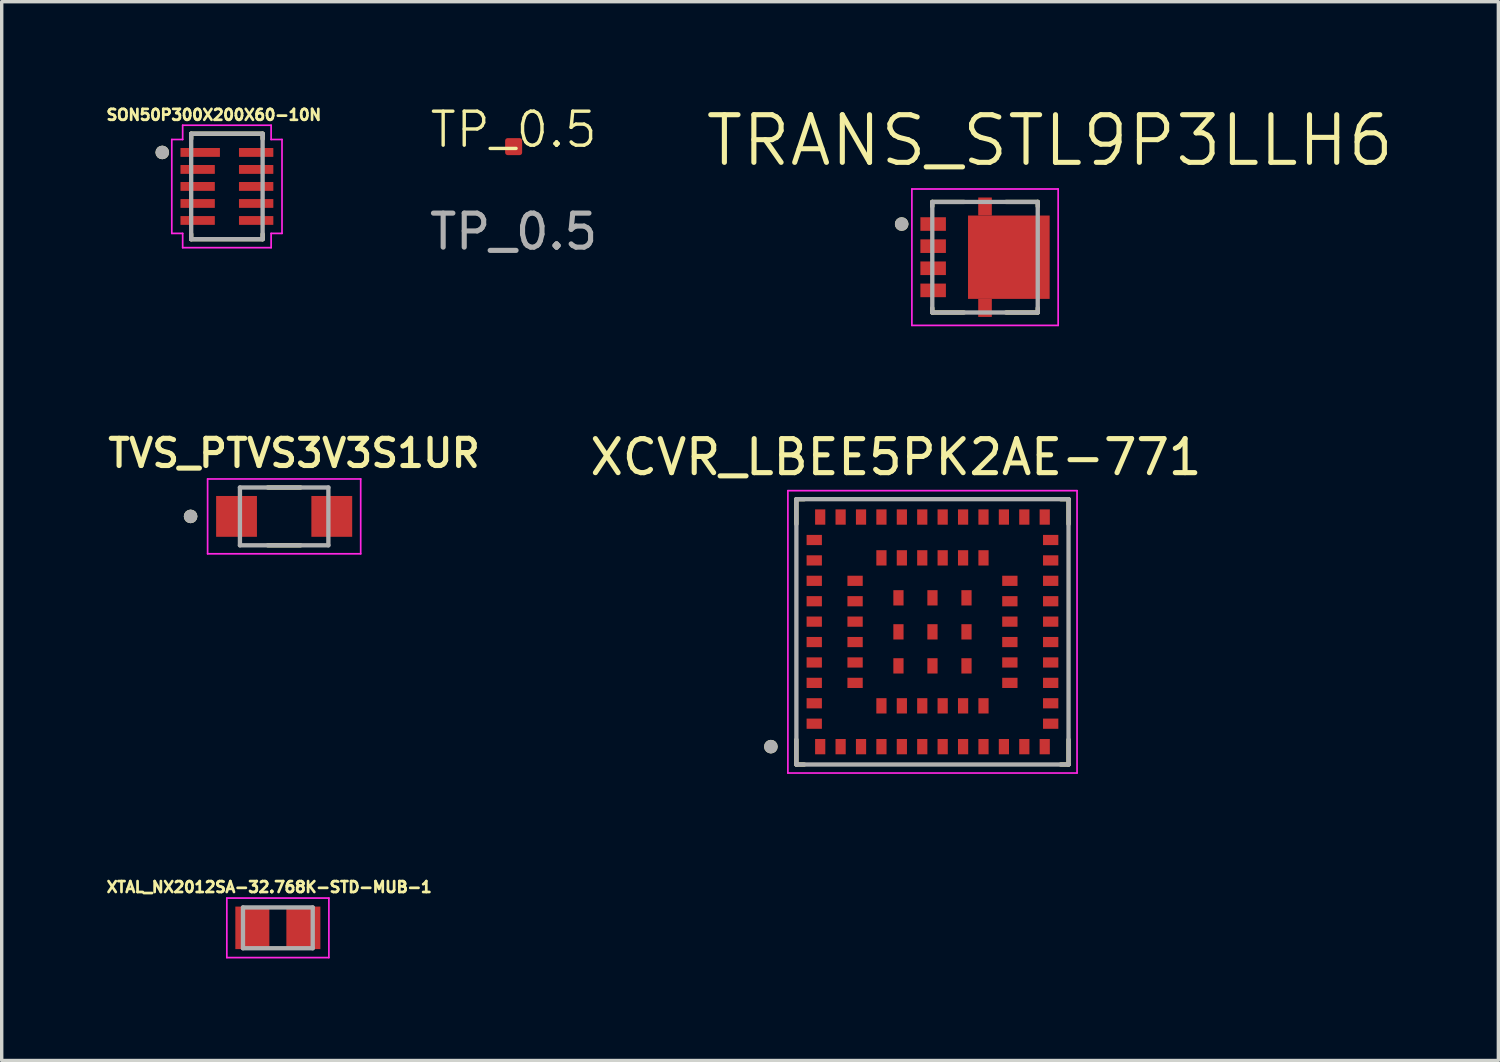
<source format=kicad_pcb>
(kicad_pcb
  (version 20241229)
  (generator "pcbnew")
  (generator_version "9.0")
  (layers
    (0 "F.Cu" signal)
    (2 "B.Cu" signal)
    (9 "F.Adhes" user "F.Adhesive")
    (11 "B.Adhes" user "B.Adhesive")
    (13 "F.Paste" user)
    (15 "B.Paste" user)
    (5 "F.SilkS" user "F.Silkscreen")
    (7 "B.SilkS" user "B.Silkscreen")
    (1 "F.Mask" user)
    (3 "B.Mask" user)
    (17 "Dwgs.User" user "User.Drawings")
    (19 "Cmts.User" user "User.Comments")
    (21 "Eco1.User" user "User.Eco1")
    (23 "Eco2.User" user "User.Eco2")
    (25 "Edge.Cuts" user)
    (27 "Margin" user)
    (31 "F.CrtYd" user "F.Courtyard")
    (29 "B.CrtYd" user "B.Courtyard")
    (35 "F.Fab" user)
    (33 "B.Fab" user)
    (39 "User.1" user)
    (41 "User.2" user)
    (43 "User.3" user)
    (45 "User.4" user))
  (footprint "XTAL_NX2012SA-32.768K-STD-MUB-1"
    (layer "F.Cu")
    (at 5.118 24.225)
    (property "Reference" "XTAL_NX2012SA-32.768K-STD-MUB-1" (at -0.254 -1.198 0) (layer "F.SilkS") (effects (font (size 0.32 0.32) (thickness 0.15))))
    (attr smd)
    (fp_line (start -1.5 -0.875) (end -1.5 0.875) (stroke (width 0.05) (type solid)) (layer "F.CrtYd"))
    (fp_line (start -1.5 0.875) (end 1.5 0.875) (stroke (width 0.05) (type solid)) (layer "F.CrtYd"))
    (fp_line (start 1.5 -0.875) (end -1.5 -0.875) (stroke (width 0.05) (type solid)) (layer "F.CrtYd"))
    (fp_line (start 1.5 0.875) (end 1.5 -0.875) (stroke (width 0.05) (type solid)) (layer "F.CrtYd"))
    (fp_line (start -1.025 -0.6) (end -1.025 0.6) (stroke (width 0.127) (type solid)) (layer "F.Fab"))
    (fp_line (start -1.025 0.6) (end 1.025 0.6) (stroke (width 0.127) (type solid)) (layer "F.Fab"))
    (fp_line (start 1.025 -0.6) (end -1.025 -0.6) (stroke (width 0.127) (type solid)) (layer "F.Fab"))
    (fp_line (start 1.025 0.6) (end 1.025 -0.6) (stroke (width 0.127) (type solid)) (layer "F.Fab"))
    (pad "1" smd rect (at -0.75 0) (size 1 1.25) (layers "F.Cu" "F.Mask" "F.Paste"))
    (pad "2" smd rect (at 0.75 0) (size 1 1.25) (layers "F.Cu" "F.Mask" "F.Paste")))
  (footprint "SON50P300X200X60-10N"
    (layer "F.Cu")
    (at 3.62 2.431)
    (property "Reference" "SON50P300X200X60-10N" (at -0.384 -2.104 0) (layer "F.SilkS") (effects (font (size 0.32 0.32) (thickness 0.15))))
    (attr smd)
    (fp_line (start -1.05 -1.55) (end 1.05 -1.55) (stroke (width 0.127) (type solid)) (layer "F.SilkS"))
    (fp_line (start -1.05 -1.4) (end -1.05 -1.55) (stroke (width 0.127) (type solid)) (layer "F.SilkS"))
    (fp_line (start -1.05 1.4) (end -1.05 1.55) (stroke (width 0.127) (type solid)) (layer "F.SilkS"))
    (fp_line (start -1.05 1.55) (end 1.05 1.55) (stroke (width 0.127) (type solid)) (layer "F.SilkS"))
    (fp_line (start 1.05 -1.55) (end 1.05 -1.4) (stroke (width 0.127) (type solid)) (layer "F.SilkS"))
    (fp_line (start 1.05 1.55) (end 1.05 1.4) (stroke (width 0.127) (type solid)) (layer "F.SilkS"))
    (fp_circle (center -1.9 -1) (end -1.8 -1) (stroke (width 0.2) (type solid)) (fill no) (layer "F.SilkS"))
    (fp_line (start -1.62 -1.38) (end -1.3 -1.38) (stroke (width 0.05) (type solid)) (layer "F.CrtYd"))
    (fp_line (start -1.62 1.38) (end -1.62 -1.38) (stroke (width 0.05) (type solid)) (layer "F.CrtYd"))
    (fp_line (start -1.3 -1.8) (end 1.3 -1.8) (stroke (width 0.05) (type solid)) (layer "F.CrtYd"))
    (fp_line (start -1.3 -1.38) (end -1.3 -1.8) (stroke (width 0.05) (type solid)) (layer "F.CrtYd"))
    (fp_line (start -1.3 1.38) (end -1.62 1.38) (stroke (width 0.05) (type solid)) (layer "F.CrtYd"))
    (fp_line (start -1.3 1.8) (end -1.3 1.38) (stroke (width 0.05) (type solid)) (layer "F.CrtYd"))
    (fp_line (start 1.3 -1.8) (end 1.3 -1.38) (stroke (width 0.05) (type solid)) (layer "F.CrtYd"))
    (fp_line (start 1.3 -1.38) (end 1.62 -1.38) (stroke (width 0.05) (type solid)) (layer "F.CrtYd"))
    (fp_line (start 1.3 1.38) (end 1.3 1.8) (stroke (width 0.05) (type solid)) (layer "F.CrtYd"))
    (fp_line (start 1.3 1.8) (end -1.3 1.8) (stroke (width 0.05) (type solid)) (layer "F.CrtYd"))
    (fp_line (start 1.62 -1.38) (end 1.62 1.38) (stroke (width 0.05) (type solid)) (layer "F.CrtYd"))
    (fp_line (start 1.62 1.38) (end 1.3 1.38) (stroke (width 0.05) (type solid)) (layer "F.CrtYd"))
    (fp_line (start -1.05 -1.55) (end 1.05 -1.55) (stroke (width 0.127) (type solid)) (layer "F.Fab"))
    (fp_line (start -1.05 1.55) (end -1.05 -1.55) (stroke (width 0.127) (type solid)) (layer "F.Fab"))
    (fp_line (start 1.05 -1.55) (end 1.05 1.55) (stroke (width 0.127) (type solid)) (layer "F.Fab"))
    (fp_line (start 1.05 1.55) (end -1.05 1.55) (stroke (width 0.127) (type solid)) (layer "F.Fab"))
    (fp_circle (center -1.9 -1) (end -1.8 -1) (stroke (width 0.2) (type solid)) (fill no) (layer "F.Fab"))
    (pad "1" smd roundrect (at -0.785 -1) (size 1.16 0.26) (layers "F.Cu" "F.Mask" "F.Paste") (roundrect_rratio 0.035))
    (pad "2" smd roundrect (at -0.86 -0.5) (size 1.01 0.26) (layers "F.Cu" "F.Mask" "F.Paste") (roundrect_rratio 0.035))
    (pad "3" smd roundrect (at -0.86 0) (size 1.01 0.26) (layers "F.Cu" "F.Mask" "F.Paste") (roundrect_rratio 0.035))
    (pad "4" smd roundrect (at -0.86 0.5) (size 1.01 0.26) (layers "F.Cu" "F.Mask" "F.Paste") (roundrect_rratio 0.035))
    (pad "5" smd roundrect (at -0.86 1) (size 1.01 0.26) (layers "F.Cu" "F.Mask" "F.Paste") (roundrect_rratio 0.035))
    (pad "6" smd roundrect (at 0.86 1) (size 1.01 0.26) (layers "F.Cu" "F.Mask" "F.Paste") (roundrect_rratio 0.035))
    (pad "7" smd roundrect (at 0.86 0.5) (size 1.01 0.26) (layers "F.Cu" "F.Mask" "F.Paste") (roundrect_rratio 0.035))
    (pad "8" smd roundrect (at 0.86 0) (size 1.01 0.26) (layers "F.Cu" "F.Mask" "F.Paste") (roundrect_rratio 0.035))
    (pad "9" smd roundrect (at 0.86 -0.5) (size 1.01 0.26) (layers "F.Cu" "F.Mask" "F.Paste") (roundrect_rratio 0.035))
    (pad "10" smd roundrect (at 0.86 -1) (size 1.01 0.26) (layers "F.Cu" "F.Mask" "F.Paste") (roundrect_rratio 0.035)))
  (footprint "XCVR_LBEE5PK2AE-771"
    (layer "F.Cu")
    (at 24.361 15.524)
    (property "Reference" "XCVR_LBEE5PK2AE-771" (at -1.075 -5.135 0) (layer "F.SilkS") (effects (font (size 1 1) (thickness 0.15))))
    (attr smd)
    (fp_line (start -4 -3.9) (end -3.77 -3.9) (stroke (width 0.127) (type solid)) (layer "F.SilkS"))
    (fp_line (start -4 -3.17) (end -4 -3.9) (stroke (width 0.127) (type solid)) (layer "F.SilkS"))
    (fp_line (start -4 3.9) (end -4 3.17) (stroke (width 0.127) (type solid)) (layer "F.SilkS"))
    (fp_line (start -3.77 3.9) (end -4 3.9) (stroke (width 0.127) (type solid)) (layer "F.SilkS"))
    (fp_line (start 3.77 -3.9) (end 4 -3.9) (stroke (width 0.127) (type solid)) (layer "F.SilkS"))
    (fp_line (start 4 -3.9) (end 4 -3.17) (stroke (width 0.127) (type solid)) (layer "F.SilkS"))
    (fp_line (start 4 3.9) (end 3.77 3.9) (stroke (width 0.127) (type solid)) (layer "F.SilkS"))
    (fp_line (start 4 3.9) (end 4 3.17) (stroke (width 0.127) (type solid)) (layer "F.SilkS"))
    (fp_circle (center -4.75 3.375) (end -4.65 3.375) (stroke (width 0.2) (type solid)) (fill no) (layer "F.SilkS"))
    (fp_line (start -4.25 -4.15) (end -4.25 4.15) (stroke (width 0.05) (type solid)) (layer "F.CrtYd"))
    (fp_line (start -4.25 4.15) (end 4.25 4.15) (stroke (width 0.05) (type solid)) (layer "F.CrtYd"))
    (fp_line (start 4.25 -4.15) (end -4.25 -4.15) (stroke (width 0.05) (type solid)) (layer "F.CrtYd"))
    (fp_line (start 4.25 4.15) (end 4.25 -4.15) (stroke (width 0.05) (type solid)) (layer "F.CrtYd"))
    (fp_line (start -4 -3.9) (end 4 -3.9) (stroke (width 0.127) (type solid)) (layer "F.Fab"))
    (fp_line (start -4 3.9) (end -4 -3.9) (stroke (width 0.127) (type solid)) (layer "F.Fab"))
    (fp_line (start 4 -3.9) (end 4 3.9) (stroke (width 0.127) (type solid)) (layer "F.Fab"))
    (fp_line (start 4 3.9) (end -4 3.9) (stroke (width 0.127) (type solid)) (layer "F.Fab"))
    (fp_circle (center -4.75 3.375) (end -4.65 3.375) (stroke (width 0.2) (type solid)) (fill no) (layer "F.Fab"))
    (pad "1" smd rect (at -3.3 3.375) (size 0.3 0.45) (layers "F.Cu" "F.Mask" "F.Paste"))
    (pad "2" smd rect (at -2.7 3.375) (size 0.3 0.45) (layers "F.Cu" "F.Mask" "F.Paste"))
    (pad "3" smd rect (at -2.1 3.375) (size 0.3 0.45) (layers "F.Cu" "F.Mask" "F.Paste"))
    (pad "4" smd rect (at -1.5 3.375) (size 0.3 0.45) (layers "F.Cu" "F.Mask" "F.Paste"))
    (pad "5" smd rect (at -0.9 3.375) (size 0.3 0.45) (layers "F.Cu" "F.Mask" "F.Paste"))
    (pad "6" smd rect (at -0.3 3.375) (size 0.3 0.45) (layers "F.Cu" "F.Mask" "F.Paste"))
    (pad "7" smd rect (at 0.3 3.375) (size 0.3 0.45) (layers "F.Cu" "F.Mask" "F.Paste"))
    (pad "8" smd rect (at 0.9 3.375) (size 0.3 0.45) (layers "F.Cu" "F.Mask" "F.Paste"))
    (pad "9" smd rect (at 1.5 3.375) (size 0.3 0.45) (layers "F.Cu" "F.Mask" "F.Paste"))
    (pad "10" smd rect (at 2.1 3.375) (size 0.3 0.45) (layers "F.Cu" "F.Mask" "F.Paste"))
    (pad "11" smd rect (at 2.7 3.375) (size 0.3 0.45) (layers "F.Cu" "F.Mask" "F.Paste"))
    (pad "12" smd rect (at 3.3 3.375) (size 0.3 0.45) (layers "F.Cu" "F.Mask" "F.Paste"))
    (pad "13" smd rect (at 3.475 2.7) (size 0.45 0.3) (layers "F.Cu" "F.Mask" "F.Paste"))
    (pad "14" smd rect (at 3.475 2.1) (size 0.45 0.3) (layers "F.Cu" "F.Mask" "F.Paste"))
    (pad "15" smd rect (at 3.475 1.5) (size 0.45 0.3) (layers "F.Cu" "F.Mask" "F.Paste"))
    (pad "16" smd rect (at 3.475 0.9) (size 0.45 0.3) (layers "F.Cu" "F.Mask" "F.Paste"))
    (pad "17" smd rect (at 3.475 0.3) (size 0.45 0.3) (layers "F.Cu" "F.Mask" "F.Paste"))
    (pad "18" smd rect (at 3.475 -0.3) (size 0.45 0.3) (layers "F.Cu" "F.Mask" "F.Paste"))
    (pad "19" smd rect (at 3.475 -0.9) (size 0.45 0.3) (layers "F.Cu" "F.Mask" "F.Paste"))
    (pad "20" smd rect (at 3.475 -1.5) (size 0.45 0.3) (layers "F.Cu" "F.Mask" "F.Paste"))
    (pad "21" smd rect (at 3.475 -2.1) (size 0.45 0.3) (layers "F.Cu" "F.Mask" "F.Paste"))
    (pad "22" smd rect (at 3.475 -2.7) (size 0.45 0.3) (layers "F.Cu" "F.Mask" "F.Paste"))
    (pad "23" smd rect (at 3.3 -3.375) (size 0.3 0.45) (layers "F.Cu" "F.Mask" "F.Paste"))
    (pad "24" smd rect (at 2.7 -3.375) (size 0.3 0.45) (layers "F.Cu" "F.Mask" "F.Paste"))
    (pad "25" smd rect (at 2.1 -3.375) (size 0.3 0.45) (layers "F.Cu" "F.Mask" "F.Paste"))
    (pad "26" smd rect (at 1.5 -3.375) (size 0.3 0.45) (layers "F.Cu" "F.Mask" "F.Paste"))
    (pad "27" smd rect (at 0.9 -3.375) (size 0.3 0.45) (layers "F.Cu" "F.Mask" "F.Paste"))
    (pad "28" smd rect (at 0.3 -3.375) (size 0.3 0.45) (layers "F.Cu" "F.Mask" "F.Paste"))
    (pad "29" smd rect (at -0.3 -3.375) (size 0.3 0.45) (layers "F.Cu" "F.Mask" "F.Paste"))
    (pad "30" smd rect (at -0.9 -3.375) (size 0.3 0.45) (layers "F.Cu" "F.Mask" "F.Paste"))
    (pad "31" smd rect (at -1.5 -3.375) (size 0.3 0.45) (layers "F.Cu" "F.Mask" "F.Paste"))
    (pad "32" smd rect (at -2.1 -3.375) (size 0.3 0.45) (layers "F.Cu" "F.Mask" "F.Paste"))
    (pad "33" smd rect (at -2.7 -3.375) (size 0.3 0.45) (layers "F.Cu" "F.Mask" "F.Paste"))
    (pad "34" smd rect (at -3.3 -3.375) (size 0.3 0.45) (layers "F.Cu" "F.Mask" "F.Paste"))
    (pad "35" smd rect (at -3.475 -2.7) (size 0.45 0.3) (layers "F.Cu" "F.Mask" "F.Paste"))
    (pad "36" smd rect (at -3.475 -2.1) (size 0.45 0.3) (layers "F.Cu" "F.Mask" "F.Paste"))
    (pad "37" smd rect (at -3.475 -1.5) (size 0.45 0.3) (layers "F.Cu" "F.Mask" "F.Paste"))
    (pad "38" smd rect (at -3.475 -0.9) (size 0.45 0.3) (layers "F.Cu" "F.Mask" "F.Paste"))
    (pad "39" smd rect (at -3.475 -0.3) (size 0.45 0.3) (layers "F.Cu" "F.Mask" "F.Paste"))
    (pad "40" smd rect (at -3.475 0.3) (size 0.45 0.3) (layers "F.Cu" "F.Mask" "F.Paste"))
    (pad "41" smd rect (at -3.475 0.9) (size 0.45 0.3) (layers "F.Cu" "F.Mask" "F.Paste"))
    (pad "42" smd rect (at -3.475 1.5) (size 0.45 0.3) (layers "F.Cu" "F.Mask" "F.Paste"))
    (pad "43" smd rect (at -3.475 2.1) (size 0.45 0.3) (layers "F.Cu" "F.Mask" "F.Paste"))
    (pad "44" smd rect (at -3.475 2.7) (size 0.45 0.3) (layers "F.Cu" "F.Mask" "F.Paste"))
    (pad "45" smd rect (at -1.5 2.175) (size 0.3 0.45) (layers "F.Cu" "F.Mask" "F.Paste"))
    (pad "46" smd rect (at -0.9 2.175) (size 0.3 0.45) (layers "F.Cu" "F.Mask" "F.Paste"))
    (pad "47" smd rect (at -0.3 2.175) (size 0.3 0.45) (layers "F.Cu" "F.Mask" "F.Paste"))
    (pad "48" smd rect (at 0.3 2.175) (size 0.3 0.45) (layers "F.Cu" "F.Mask" "F.Paste"))
    (pad "49" smd rect (at 0.9 2.175) (size 0.3 0.45) (layers "F.Cu" "F.Mask" "F.Paste"))
    (pad "50" smd rect (at 1.5 2.175) (size 0.3 0.45) (layers "F.Cu" "F.Mask" "F.Paste"))
    (pad "51" smd rect (at 2.275 1.5) (size 0.45 0.3) (layers "F.Cu" "F.Mask" "F.Paste"))
    (pad "52" smd rect (at 2.275 0.9) (size 0.45 0.3) (layers "F.Cu" "F.Mask" "F.Paste"))
    (pad "53" smd rect (at 2.275 0.3) (size 0.45 0.3) (layers "F.Cu" "F.Mask" "F.Paste"))
    (pad "54" smd rect (at 2.275 -0.3) (size 0.45 0.3) (layers "F.Cu" "F.Mask" "F.Paste"))
    (pad "55" smd rect (at 2.275 -0.9) (size 0.45 0.3) (layers "F.Cu" "F.Mask" "F.Paste"))
    (pad "56" smd rect (at 2.275 -1.5) (size 0.45 0.3) (layers "F.Cu" "F.Mask" "F.Paste"))
    (pad "57" smd rect (at 1.5 -2.175) (size 0.3 0.45) (layers "F.Cu" "F.Mask" "F.Paste"))
    (pad "58" smd rect (at 0.9 -2.175) (size 0.3 0.45) (layers "F.Cu" "F.Mask" "F.Paste"))
    (pad "59" smd rect (at 0.3 -2.175) (size 0.3 0.45) (layers "F.Cu" "F.Mask" "F.Paste"))
    (pad "60" smd rect (at -0.3 -2.175) (size 0.3 0.45) (layers "F.Cu" "F.Mask" "F.Paste"))
    (pad "61" smd rect (at -0.9 -2.175) (size 0.3 0.45) (layers "F.Cu" "F.Mask" "F.Paste"))
    (pad "62" smd rect (at -1.5 -2.175) (size 0.3 0.45) (layers "F.Cu" "F.Mask" "F.Paste"))
    (pad "63" smd rect (at -2.275 -1.5) (size 0.45 0.3) (layers "F.Cu" "F.Mask" "F.Paste"))
    (pad "64" smd rect (at -2.275 -0.9) (size 0.45 0.3) (layers "F.Cu" "F.Mask" "F.Paste"))
    (pad "65" smd rect (at -2.275 -0.3) (size 0.45 0.3) (layers "F.Cu" "F.Mask" "F.Paste"))
    (pad "66" smd rect (at -2.275 0.3) (size 0.45 0.3) (layers "F.Cu" "F.Mask" "F.Paste"))
    (pad "67" smd rect (at -2.275 0.9) (size 0.45 0.3) (layers "F.Cu" "F.Mask" "F.Paste"))
    (pad "68" smd rect (at -2.275 1.5) (size 0.45 0.3) (layers "F.Cu" "F.Mask" "F.Paste"))
    (pad "69" smd rect (at -1 1) (size 0.3 0.45) (layers "F.Cu" "F.Mask" "F.Paste"))
    (pad "70" smd rect (at 0 1) (size 0.3 0.45) (layers "F.Cu" "F.Mask" "F.Paste"))
    (pad "71" smd rect (at 1 1) (size 0.3 0.45) (layers "F.Cu" "F.Mask" "F.Paste"))
    (pad "72" smd rect (at 1 0) (size 0.3 0.45) (layers "F.Cu" "F.Mask" "F.Paste"))
    (pad "73" smd rect (at 1 -1) (size 0.3 0.45) (layers "F.Cu" "F.Mask" "F.Paste"))
    (pad "74" smd rect (at 0 -1) (size 0.3 0.45) (layers "F.Cu" "F.Mask" "F.Paste"))
    (pad "75" smd rect (at -1 -1) (size 0.3 0.45) (layers "F.Cu" "F.Mask" "F.Paste"))
    (pad "76" smd rect (at -1 0) (size 0.3 0.45) (layers "F.Cu" "F.Mask" "F.Paste"))
    (pad "77" smd rect (at 0 0) (size 0.3 0.45) (layers "F.Cu" "F.Mask" "F.Paste")))
  (footprint "TVS_PTVS3V3S1UR"
    (layer "F.Cu")
    (at 5.303 12.13)
    (property "Reference" "TVS_PTVS3V3S1UR" (at 0.29 -1.858 0) (layer "F.SilkS") (effects (font (size 0.8 0.8) (thickness 0.15))))
    (attr smd)
    (fp_line (start -0.48 0.85) (end 0.48 0.85) (stroke (width 0.127) (type solid)) (layer "F.SilkS"))
    (fp_line (start 0.48 -0.85) (end -0.48 -0.85) (stroke (width 0.127) (type solid)) (layer "F.SilkS"))
    (fp_circle (center -2.75 0) (end -2.65 0) (stroke (width 0.2) (type solid)) (fill no) (layer "F.SilkS"))
    (fp_poly (pts (xy -1.95 -0.55) (xy -0.85 -0.55) (xy -0.85 0.55) (xy -1.95 0.55)) (stroke (width 0.01) (type solid)) (fill yes) (layer "F.Paste"))
    (fp_poly (pts (xy 0.85 -0.55) (xy 1.95 -0.55) (xy 1.95 0.55) (xy 0.85 0.55)) (stroke (width 0.01) (type solid)) (fill yes) (layer "F.Paste"))
    (fp_line (start -2.25 -1.1) (end -2.25 1.1) (stroke (width 0.05) (type solid)) (layer "F.CrtYd"))
    (fp_line (start -2.25 1.1) (end 2.25 1.1) (stroke (width 0.05) (type solid)) (layer "F.CrtYd"))
    (fp_line (start 2.25 -1.1) (end -2.25 -1.1) (stroke (width 0.05) (type solid)) (layer "F.CrtYd"))
    (fp_line (start 2.25 1.1) (end 2.25 -1.1) (stroke (width 0.05) (type solid)) (layer "F.CrtYd"))
    (fp_line (start -1.3 -0.85) (end -1.3 0.85) (stroke (width 0.127) (type solid)) (layer "F.Fab"))
    (fp_line (start -1.3 0.85) (end 1.3 0.85) (stroke (width 0.127) (type solid)) (layer "F.Fab"))
    (fp_line (start 1.3 -0.85) (end -1.3 -0.85) (stroke (width 0.127) (type solid)) (layer "F.Fab"))
    (fp_line (start 1.3 0.85) (end 1.3 -0.85) (stroke (width 0.127) (type solid)) (layer "F.Fab"))
    (fp_circle (center -2.75 0) (end -2.65 0) (stroke (width 0.2) (type solid)) (fill no) (layer "F.Fab"))
    (pad "A" smd rect (at 1.4 0) (size 1.2 1.2) (layers "F.Cu" "F.Mask"))
    (pad "C" smd rect (at -1.4 0) (size 1.2 1.2) (layers "F.Cu" "F.Mask")))
  (footprint "TP_0.5"
    (layer "F.Cu")
    (at 12.049 1.26)
    (property "Reference" "TP_0.5" (at 0 -0.5 0) (unlocked yes) (layer "F.SilkS") (effects (font (size 1 1) (thickness 0.1))))
    (attr smd)
    (fp_text user "${REFERENCE}" (at 0 2.5 0) (unlocked yes) (layer "F.Fab") (effects (font (size 1 1) (thickness 0.15))))
    (pad "1" smd roundrect (at 0 0) (size 0.5 0.5) (layers "F.Cu" "F.Mask" "F.Paste") (roundrect_rratio 0.15)))
  (footprint "TRANS_STL9P3LLH6"
    (layer "F.Cu")
    (at 25.906 4.511)
    (property "Reference" "TRANS_STL9P3LLH6" (at 1.905 -3.429 0) (layer "F.SilkS") (effects (font (size 1.4 1.4) (thickness 0.15))))
    (attr smd)
    (fp_poly (pts (xy -0.3 -1.855) (xy 0.3 -1.855) (xy 0.3 1.855) (xy -0.3 1.855)) (stroke (width 0.01) (type solid)) (fill yes) (layer "F.Mask"))
    (fp_line (start -1.55 -1.625) (end -1.55 -1.495) (stroke (width 0.127) (type solid)) (layer "F.SilkS"))
    (fp_line (start -1.55 -1.625) (end -0.62 -1.625) (stroke (width 0.127) (type solid)) (layer "F.SilkS"))
    (fp_line (start -1.55 1.495) (end -1.55 1.625) (stroke (width 0.127) (type solid)) (layer "F.SilkS"))
    (fp_line (start -0.62 1.625) (end -1.55 1.625) (stroke (width 0.127) (type solid)) (layer "F.SilkS"))
    (fp_line (start 0.62 -1.625) (end 1.55 -1.625) (stroke (width 0.127) (type solid)) (layer "F.SilkS"))
    (fp_line (start 1.55 -1.495) (end 1.55 -1.625) (stroke (width 0.127) (type solid)) (layer "F.SilkS"))
    (fp_line (start 1.55 1.625) (end 0.62 1.625) (stroke (width 0.127) (type solid)) (layer "F.SilkS"))
    (fp_line (start 1.55 1.625) (end 1.55 1.495) (stroke (width 0.127) (type solid)) (layer "F.SilkS"))
    (fp_circle (center -2.45 -0.975) (end -2.35 -0.975) (stroke (width 0.2) (type solid)) (fill no) (layer "F.SilkS"))
    (fp_poly (pts (xy -0.06 -0.775) (xy 1.46 -0.775) (xy 1.46 0.775) (xy -0.06 0.775)) (stroke (width 0.01) (type solid)) (fill yes) (layer "F.Paste"))
    (fp_line (start -2.15 -2.005) (end -2.15 2.005) (stroke (width 0.05) (type solid)) (layer "F.CrtYd"))
    (fp_line (start -2.15 -2.005) (end 2.15 -2.005) (stroke (width 0.05) (type solid)) (layer "F.CrtYd"))
    (fp_line (start 2.15 2.005) (end -2.15 2.005) (stroke (width 0.05) (type solid)) (layer "F.CrtYd"))
    (fp_line (start 2.15 2.005) (end 2.15 -2.005) (stroke (width 0.05) (type solid)) (layer "F.CrtYd"))
    (fp_line (start -1.55 -1.625) (end -1.55 1.625) (stroke (width 0.127) (type solid)) (layer "F.Fab"))
    (fp_line (start -1.55 -1.625) (end 1.55 -1.625) (stroke (width 0.127) (type solid)) (layer "F.Fab"))
    (fp_line (start 1.55 1.625) (end -1.55 1.625) (stroke (width 0.127) (type solid)) (layer "F.Fab"))
    (fp_line (start 1.55 1.625) (end 1.55 -1.625) (stroke (width 0.127) (type solid)) (layer "F.Fab"))
    (fp_circle (center -2.45 -0.975) (end -2.35 -0.975) (stroke (width 0.2) (type solid)) (fill no) (layer "F.Fab"))
    (pad "1" smd rect (at -1.525 -0.975) (size 0.75 0.4) (layers "F.Cu" "F.Mask" "F.Paste"))
    (pad "2" smd rect (at -1.525 -0.325) (size 0.75 0.4) (layers "F.Cu" "F.Mask" "F.Paste"))
    (pad "3" smd rect (at -1.525 0.325) (size 0.75 0.4) (layers "F.Cu" "F.Mask" "F.Paste"))
    (pad "4" smd rect (at -1.525 0.975) (size 0.75 0.4) (layers "F.Cu" "F.Mask" "F.Paste"))
    (pad "5" smd rect (at 0.7 0) (size 2.4 2.45) (layers "F.Cu" "F.Mask"))
    (pad "5_1" smd rect (at 0 -1.49) (size 0.4 0.53) (layers "F.Cu" "F.Mask" "F.Paste"))
    (pad "5_2" smd rect (at 0 1.49) (size 0.4 0.53) (layers "F.Cu" "F.Mask" "F.Paste")))
  (gr_rect
    (start -3 -3)
    (end 40.996 28.125)
    (stroke (width 0.1) (type default))
    (fill no)
    (layer "Edge.Cuts")))
</source>
